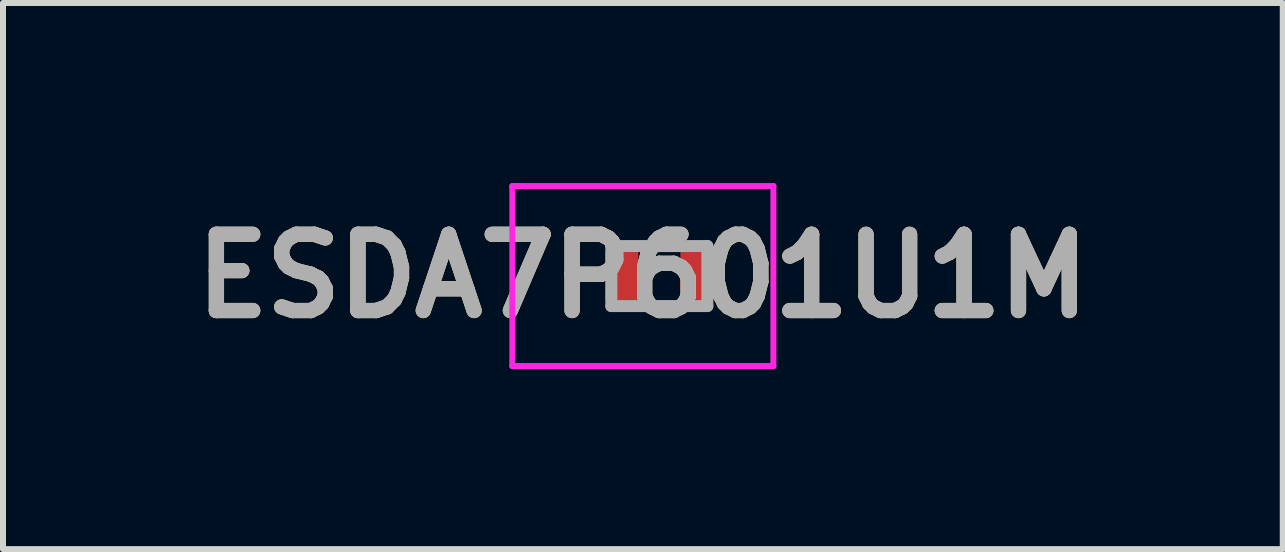
<source format=kicad_pcb>
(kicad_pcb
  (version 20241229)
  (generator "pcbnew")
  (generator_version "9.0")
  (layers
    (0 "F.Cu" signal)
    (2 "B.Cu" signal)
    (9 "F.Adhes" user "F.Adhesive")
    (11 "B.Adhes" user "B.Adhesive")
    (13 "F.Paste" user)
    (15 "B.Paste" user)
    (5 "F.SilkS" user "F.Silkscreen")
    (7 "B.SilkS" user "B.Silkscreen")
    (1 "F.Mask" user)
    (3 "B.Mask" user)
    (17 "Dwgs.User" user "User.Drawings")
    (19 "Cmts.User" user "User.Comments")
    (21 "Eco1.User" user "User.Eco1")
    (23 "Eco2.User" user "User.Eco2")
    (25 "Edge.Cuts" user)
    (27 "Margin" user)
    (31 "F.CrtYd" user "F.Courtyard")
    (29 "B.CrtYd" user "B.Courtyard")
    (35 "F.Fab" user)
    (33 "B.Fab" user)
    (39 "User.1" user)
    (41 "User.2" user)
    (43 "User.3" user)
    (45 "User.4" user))
  (footprint "ESDA7P601U1M"
    (layer "F.Cu")
    (at 7.937 1.55)
    (property "Reference" "ESDA7P601U1M" (at -0.275 0 0) (layer "F.SilkS") (effects (font (size 1.27 1.27) (thickness 0.254))))
    (attr smd)
    (fp_line (start -1.4 -0.1) (end -1.4 -0.1) (stroke (width 0.1) (type solid)) (layer "F.SilkS"))
    (fp_line (start -1.4 0) (end -1.4 0) (stroke (width 0.1) (type solid)) (layer "F.SilkS"))
    (fp_line (start -0.1 -0.5) (end 0.1 -0.5) (stroke (width 0.1) (type solid)) (layer "F.SilkS"))
    (fp_line (start -0.1 0.5) (end 0.1 0.5) (stroke (width 0.1) (type solid)) (layer "F.SilkS"))
    (fp_arc (start -1.4 -0.1) (mid -1.35 -0.05) (end -1.4 0) (stroke (width 0.1) (type solid)) (layer "F.SilkS"))
    (fp_arc (start -1.4 0) (mid -1.45 -0.05) (end -1.4 -0.1) (stroke (width 0.1) (type solid)) (layer "F.SilkS"))
    (fp_line (start -2.45 -1.5) (end 1.9 -1.5) (stroke (width 0.1) (type solid)) (layer "F.CrtYd"))
    (fp_line (start -2.45 1.5) (end -2.45 -1.5) (stroke (width 0.1) (type solid)) (layer "F.CrtYd"))
    (fp_line (start 1.9 -1.5) (end 1.9 1.5) (stroke (width 0.1) (type solid)) (layer "F.CrtYd"))
    (fp_line (start 1.9 1.5) (end -2.45 1.5) (stroke (width 0.1) (type solid)) (layer "F.CrtYd"))
    (fp_line (start -0.8 -0.5) (end 0.8 -0.5) (stroke (width 0.2) (type solid)) (layer "F.Fab"))
    (fp_line (start -0.8 0.5) (end -0.8 -0.5) (stroke (width 0.2) (type solid)) (layer "F.Fab"))
    (fp_line (start 0.8 -0.5) (end 0.8 0.5) (stroke (width 0.2) (type solid)) (layer "F.Fab"))
    (fp_line (start 0.8 0.5) (end -0.8 0.5) (stroke (width 0.2) (type solid)) (layer "F.Fab"))
    (fp_text user "${REFERENCE}" (at -0.275 0 0) (layer "F.Fab") (effects (font (size 1.27 1.27) (thickness 0.254))))
    (pad "1" smd rect (at -0.625 0) (size 0.55 0.8) (layers "F.Cu" "F.Mask" "F.Paste"))
    (pad "2" smd rect (at 0.625 0) (size 0.55 0.8) (layers "F.Cu" "F.Mask" "F.Paste")))
  (gr_rect
    (start -3 -3)
    (end 18.325 6.1)
    (stroke (width 0.1) (type default))
    (fill no)
    (layer "Edge.Cuts")))
</source>
